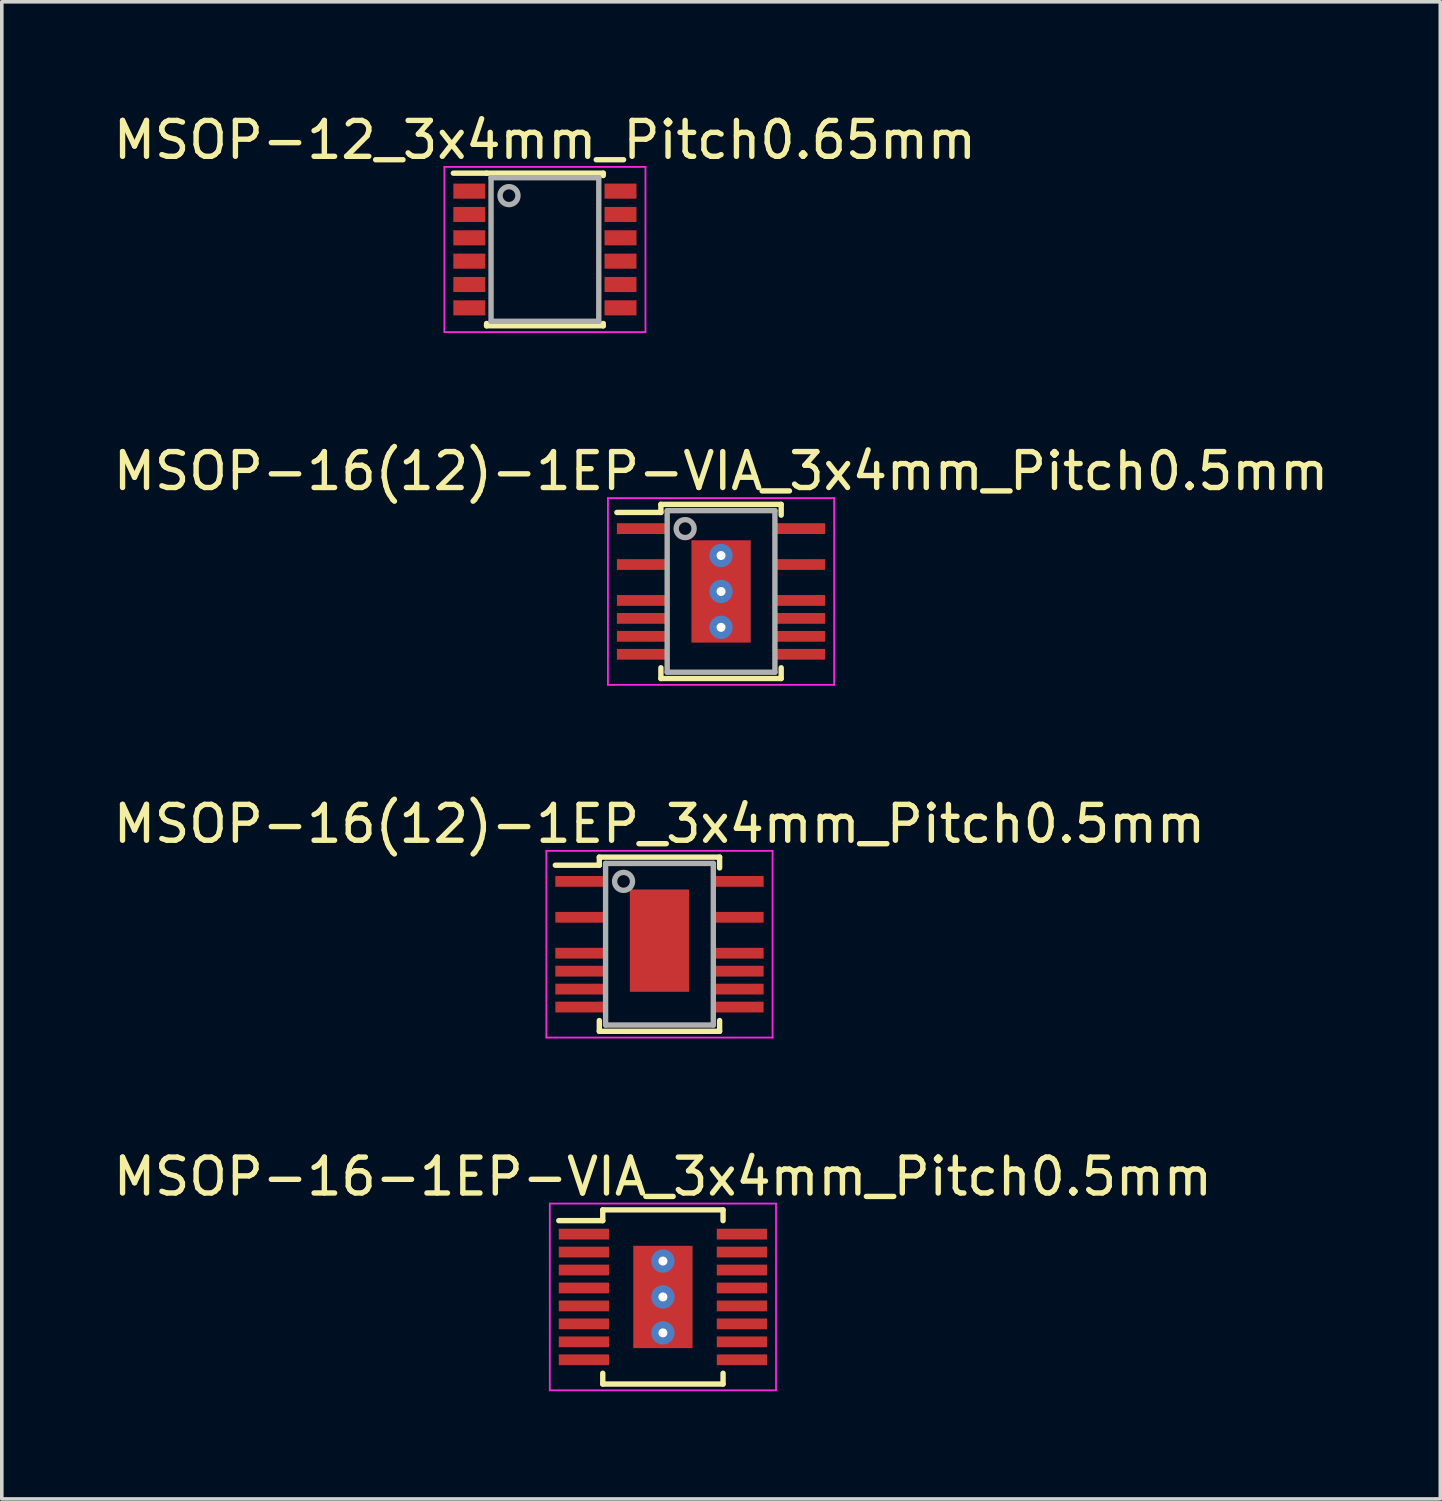
<source format=kicad_pcb>
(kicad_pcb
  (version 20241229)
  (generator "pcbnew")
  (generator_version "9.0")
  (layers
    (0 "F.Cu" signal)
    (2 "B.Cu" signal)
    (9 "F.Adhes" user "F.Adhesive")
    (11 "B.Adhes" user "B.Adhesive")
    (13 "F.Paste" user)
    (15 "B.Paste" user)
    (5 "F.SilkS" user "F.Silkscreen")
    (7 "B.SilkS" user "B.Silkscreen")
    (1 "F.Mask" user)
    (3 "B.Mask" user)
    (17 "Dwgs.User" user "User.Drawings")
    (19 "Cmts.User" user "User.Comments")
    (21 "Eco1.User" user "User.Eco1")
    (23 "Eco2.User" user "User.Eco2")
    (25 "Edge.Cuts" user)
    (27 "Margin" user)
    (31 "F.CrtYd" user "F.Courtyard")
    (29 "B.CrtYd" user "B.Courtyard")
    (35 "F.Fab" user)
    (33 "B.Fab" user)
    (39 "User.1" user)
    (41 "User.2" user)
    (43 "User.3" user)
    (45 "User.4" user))
  (footprint "MSOP-12_3x4mm_Pitch0.65mm"
    (layer "F.Cu")
    (at 12.125 3.898)
    (property "Reference" "MSOP-12_3x4mm_Pitch0.65mm" (at 0 -3.05 0) (layer "F.SilkS") (effects (font (size 1 1) (thickness 0.15))))
    (attr smd)
    (fp_line (start -1.625 -2.125) (end -2.55 -2.125) (stroke (width 0.15) (type solid)) (layer "F.SilkS"))
    (fp_line (start -1.625 -2.125) (end 1.625 -2.125) (stroke (width 0.15) (type solid)) (layer "F.SilkS"))
    (fp_line (start -1.625 2.125) (end -1.625 2.06) (stroke (width 0.15) (type solid)) (layer "F.SilkS"))
    (fp_line (start -1.625 2.125) (end 1.625 2.125) (stroke (width 0.15) (type solid)) (layer "F.SilkS"))
    (fp_line (start 1.625 -2.125) (end 1.625 -2.06) (stroke (width 0.15) (type solid)) (layer "F.SilkS"))
    (fp_line (start 1.625 2.125) (end 1.625 2.06) (stroke (width 0.15) (type solid)) (layer "F.SilkS"))
    (fp_line (start -2.8 -2.3) (end -2.8 2.3) (stroke (width 0.05) (type solid)) (layer "F.CrtYd"))
    (fp_line (start -2.8 -2.3) (end 2.8 -2.3) (stroke (width 0.05) (type solid)) (layer "F.CrtYd"))
    (fp_line (start -2.8 2.3) (end 2.8 2.3) (stroke (width 0.05) (type solid)) (layer "F.CrtYd"))
    (fp_line (start 2.8 -2.3) (end 2.8 2.3) (stroke (width 0.05) (type solid)) (layer "F.CrtYd"))
    (fp_line (start -1.5 -2) (end 1.5 -2) (stroke (width 0.15) (type solid)) (layer "F.Fab"))
    (fp_line (start -1.5 2) (end -1.5 -2) (stroke (width 0.15) (type solid)) (layer "F.Fab"))
    (fp_line (start 1.5 -2) (end 1.5 2) (stroke (width 0.15) (type solid)) (layer "F.Fab"))
    (fp_line (start 1.5 2) (end -1.5 2) (stroke (width 0.15) (type solid)) (layer "F.Fab"))
    (fp_circle (center -1 -1.5) (end -1.25 -1.5) (stroke (width 0.15) (type solid)) (fill no) (layer "F.Fab"))
    (pad "1" smd rect (at -2.105 -1.625) (size 0.89 0.42) (layers "F.Cu" "F.Mask" "F.Paste"))
    (pad "2" smd rect (at -2.105 -0.975) (size 0.89 0.42) (layers "F.Cu" "F.Mask" "F.Paste"))
    (pad "3" smd rect (at -2.105 -0.325) (size 0.89 0.42) (layers "F.Cu" "F.Mask" "F.Paste"))
    (pad "4" smd rect (at -2.105 0.325) (size 0.89 0.42) (layers "F.Cu" "F.Mask" "F.Paste"))
    (pad "5" smd rect (at -2.105 0.975) (size 0.89 0.42) (layers "F.Cu" "F.Mask" "F.Paste"))
    (pad "6" smd rect (at -2.105 1.625) (size 0.89 0.42) (layers "F.Cu" "F.Mask" "F.Paste"))
    (pad "7" smd rect (at 2.105 1.625) (size 0.89 0.42) (layers "F.Cu" "F.Mask" "F.Paste"))
    (pad "8" smd rect (at 2.105 0.975) (size 0.89 0.42) (layers "F.Cu" "F.Mask" "F.Paste"))
    (pad "9" smd rect (at 2.105 0.325) (size 0.89 0.42) (layers "F.Cu" "F.Mask" "F.Paste"))
    (pad "10" smd rect (at 2.105 -0.325) (size 0.89 0.42) (layers "F.Cu" "F.Mask" "F.Paste"))
    (pad "11" smd rect (at 2.105 -0.975) (size 0.89 0.42) (layers "F.Cu" "F.Mask" "F.Paste"))
    (pad "12" smd rect (at 2.105 -1.625) (size 0.89 0.42) (layers "F.Cu" "F.Mask" "F.Paste")))
  (footprint "MSOP-16-1EP-VIA_3x4mm_Pitch0.5mm"
    (layer "F.Cu")
    (at 15.411 33.068)
    (property "Reference" "MSOP-16-1EP-VIA_3x4mm_Pitch0.5mm" (at 0 -3.35 0) (layer "F.SilkS") (effects (font (size 1 1) (thickness 0.15))))
    (attr smd)
    (fp_line (start -1.675 -2.425) (end -1.675 -2.125) (stroke (width 0.15) (type solid)) (layer "F.SilkS"))
    (fp_line (start -1.675 -2.425) (end 1.675 -2.425) (stroke (width 0.15) (type solid)) (layer "F.SilkS"))
    (fp_line (start -1.675 -2.125) (end -2.9 -2.125) (stroke (width 0.15) (type solid)) (layer "F.SilkS"))
    (fp_line (start -1.675 2.425) (end -1.675 2.125) (stroke (width 0.15) (type solid)) (layer "F.SilkS"))
    (fp_line (start -1.675 2.425) (end 1.675 2.425) (stroke (width 0.15) (type solid)) (layer "F.SilkS"))
    (fp_line (start 1.675 -2.425) (end 1.675 -2.125) (stroke (width 0.15) (type solid)) (layer "F.SilkS"))
    (fp_line (start 1.675 2.425) (end 1.675 2.125) (stroke (width 0.15) (type solid)) (layer "F.SilkS"))
    (fp_line (start -3.15 -2.6) (end -3.15 2.6) (stroke (width 0.05) (type solid)) (layer "F.CrtYd"))
    (fp_line (start -3.15 -2.6) (end 3.15 -2.6) (stroke (width 0.05) (type solid)) (layer "F.CrtYd"))
    (fp_line (start -3.15 2.6) (end 3.15 2.6) (stroke (width 0.05) (type solid)) (layer "F.CrtYd"))
    (fp_line (start 3.15 -2.6) (end 3.15 2.6) (stroke (width 0.05) (type solid)) (layer "F.CrtYd"))
    (pad "1" smd rect (at -2.2 -1.75) (size 1.4 0.3) (layers "F.Cu" "F.Mask" "F.Paste"))
    (pad "2" smd rect (at -2.2 -1.25) (size 1.4 0.3) (layers "F.Cu" "F.Mask" "F.Paste"))
    (pad "3" smd rect (at -2.2 -0.75) (size 1.4 0.3) (layers "F.Cu" "F.Mask" "F.Paste"))
    (pad "4" smd rect (at -2.2 -0.25) (size 1.4 0.3) (layers "F.Cu" "F.Mask" "F.Paste"))
    (pad "5" smd rect (at -2.2 0.25) (size 1.4 0.3) (layers "F.Cu" "F.Mask" "F.Paste"))
    (pad "6" smd rect (at -2.2 0.75) (size 1.4 0.3) (layers "F.Cu" "F.Mask" "F.Paste"))
    (pad "7" smd rect (at -2.2 1.25) (size 1.4 0.3) (layers "F.Cu" "F.Mask" "F.Paste"))
    (pad "8" smd rect (at -2.2 1.75) (size 1.4 0.3) (layers "F.Cu" "F.Mask" "F.Paste"))
    (pad "9" smd rect (at 2.2 1.75) (size 1.4 0.3) (layers "F.Cu" "F.Mask" "F.Paste"))
    (pad "10" smd rect (at 2.2 1.25) (size 1.4 0.3) (layers "F.Cu" "F.Mask" "F.Paste"))
    (pad "11" smd rect (at 2.2 0.75) (size 1.4 0.3) (layers "F.Cu" "F.Mask" "F.Paste"))
    (pad "12" smd rect (at 2.2 0.25) (size 1.4 0.3) (layers "F.Cu" "F.Mask" "F.Paste"))
    (pad "13" smd rect (at 2.2 -0.25) (size 1.4 0.3) (layers "F.Cu" "F.Mask" "F.Paste"))
    (pad "14" smd rect (at 2.2 -0.75) (size 1.4 0.3) (layers "F.Cu" "F.Mask" "F.Paste"))
    (pad "15" smd rect (at 2.2 -1.25) (size 1.4 0.3) (layers "F.Cu" "F.Mask" "F.Paste"))
    (pad "16" smd rect (at 2.2 -1.75) (size 1.4 0.3) (layers "F.Cu" "F.Mask" "F.Paste"))
    (pad "17" thru_hole circle (at 0 -1) (size 0.65 0.65) (drill 0.25) (layers "*.Cu" "*.Paste" "*.Mask"))
    (pad "17" thru_hole circle (at 0 0) (size 0.65 0.65) (drill 0.25) (layers "*.Cu" "*.Paste" "*.Mask"))
    (pad "17" smd rect (at 0 0) (size 1.65 2.85) (layers "F.Cu" "F.Mask" "F.Paste"))
    (pad "17" thru_hole circle (at 0 1) (size 0.65 0.65) (drill 0.25) (layers "*.Cu" "*.Paste" "*.Mask")))
  (footprint "MSOP-16(12)-1EP-VIA_3x4mm_Pitch0.5mm"
    (layer "F.Cu")
    (at 17.03 13.421)
    (property "Reference" "MSOP-16(12)-1EP-VIA_3x4mm_Pitch0.5mm" (at 0 -3.35 0) (layer "F.SilkS") (effects (font (size 1 1) (thickness 0.15))))
    (attr smd)
    (fp_line (start -1.675 -2.425) (end -1.675 -2.2) (stroke (width 0.15) (type solid)) (layer "F.SilkS"))
    (fp_line (start -1.675 -2.425) (end 1.675 -2.425) (stroke (width 0.15) (type solid)) (layer "F.SilkS"))
    (fp_line (start -1.675 -2.2) (end -2.9 -2.2) (stroke (width 0.15) (type solid)) (layer "F.SilkS"))
    (fp_line (start -1.675 2.425) (end -1.675 2.125) (stroke (width 0.15) (type solid)) (layer "F.SilkS"))
    (fp_line (start -1.675 2.425) (end 1.675 2.425) (stroke (width 0.15) (type solid)) (layer "F.SilkS"))
    (fp_line (start 1.675 -2.425) (end 1.675 -2.125) (stroke (width 0.15) (type solid)) (layer "F.SilkS"))
    (fp_line (start 1.675 2.425) (end 1.675 2.125) (stroke (width 0.15) (type solid)) (layer "F.SilkS"))
    (fp_line (start -3.15 -2.6) (end -3.15 2.6) (stroke (width 0.05) (type solid)) (layer "F.CrtYd"))
    (fp_line (start -3.15 -2.6) (end 3.15 -2.6) (stroke (width 0.05) (type solid)) (layer "F.CrtYd"))
    (fp_line (start -3.15 2.6) (end 3.15 2.6) (stroke (width 0.05) (type solid)) (layer "F.CrtYd"))
    (fp_line (start 3.15 -2.6) (end 3.15 2.6) (stroke (width 0.05) (type solid)) (layer "F.CrtYd"))
    (fp_line (start -1.5 -2.25) (end 1.5 -2.25) (stroke (width 0.15) (type solid)) (layer "F.Fab"))
    (fp_line (start -1.5 2.25) (end -1.5 -2.25) (stroke (width 0.15) (type solid)) (layer "F.Fab"))
    (fp_line (start 1.5 -2.25) (end 1.5 2.25) (stroke (width 0.15) (type solid)) (layer "F.Fab"))
    (fp_line (start 1.5 2.25) (end -1.5 2.25) (stroke (width 0.15) (type solid)) (layer "F.Fab"))
    (fp_circle (center -1 -1.75) (end -1.25 -1.75) (stroke (width 0.15) (type solid)) (fill no) (layer "F.Fab"))
    (pad "1" smd rect (at -2.2 -1.75) (size 1.4 0.3) (layers "F.Cu" "F.Mask" "F.Paste"))
    (pad "3" smd rect (at -2.2 -0.75) (size 1.4 0.3) (layers "F.Cu" "F.Mask" "F.Paste"))
    (pad "5" smd rect (at -2.2 0.25) (size 1.4 0.3) (layers "F.Cu" "F.Mask" "F.Paste"))
    (pad "6" smd rect (at -2.2 0.75) (size 1.4 0.3) (layers "F.Cu" "F.Mask" "F.Paste"))
    (pad "7" smd rect (at -2.2 1.25) (size 1.4 0.3) (layers "F.Cu" "F.Mask" "F.Paste"))
    (pad "8" smd rect (at -2.2 1.75) (size 1.4 0.3) (layers "F.Cu" "F.Mask" "F.Paste"))
    (pad "9" smd rect (at 2.2 1.75) (size 1.4 0.3) (layers "F.Cu" "F.Mask" "F.Paste"))
    (pad "10" smd rect (at 2.2 1.25) (size 1.4 0.3) (layers "F.Cu" "F.Mask" "F.Paste"))
    (pad "11" smd rect (at 2.2 0.75) (size 1.4 0.3) (layers "F.Cu" "F.Mask" "F.Paste"))
    (pad "12" smd rect (at 2.2 0.25) (size 1.4 0.3) (layers "F.Cu" "F.Mask" "F.Paste"))
    (pad "14" smd rect (at 2.2 -0.75) (size 1.4 0.3) (layers "F.Cu" "F.Mask" "F.Paste"))
    (pad "16" smd rect (at 2.2 -1.75) (size 1.4 0.3) (layers "F.Cu" "F.Mask" "F.Paste"))
    (pad "17" thru_hole circle (at 0 -1) (size 0.65 0.65) (drill 0.25) (layers "*.Cu" "*.Paste" "*.Mask"))
    (pad "17" thru_hole circle (at 0 0) (size 0.65 0.65) (drill 0.25) (layers "*.Cu" "*.Paste" "*.Mask"))
    (pad "17" smd rect (at 0 0) (size 1.65 2.85) (layers "F.Cu" "F.Mask" "F.Paste"))
    (pad "17" thru_hole circle (at 0 1) (size 0.65 0.65) (drill 0.25) (layers "*.Cu" "*.Paste" "*.Mask")))
  (footprint "MSOP-16(12)-1EP_3x4mm_Pitch0.5mm"
    (layer "F.Cu")
    (at 15.315 23.245)
    (property "Reference" "MSOP-16(12)-1EP_3x4mm_Pitch0.5mm" (at 0 -3.35 0) (layer "F.SilkS") (effects (font (size 1 1) (thickness 0.15))))
    (attr smd)
    (fp_line (start -1.675 -2.425) (end -1.675 -2.2) (stroke (width 0.15) (type solid)) (layer "F.SilkS"))
    (fp_line (start -1.675 -2.425) (end 1.675 -2.425) (stroke (width 0.15) (type solid)) (layer "F.SilkS"))
    (fp_line (start -1.675 -2.2) (end -2.9 -2.2) (stroke (width 0.15) (type solid)) (layer "F.SilkS"))
    (fp_line (start -1.675 2.425) (end -1.675 2.125) (stroke (width 0.15) (type solid)) (layer "F.SilkS"))
    (fp_line (start -1.675 2.425) (end 1.675 2.425) (stroke (width 0.15) (type solid)) (layer "F.SilkS"))
    (fp_line (start 1.675 -2.425) (end 1.675 -2.125) (stroke (width 0.15) (type solid)) (layer "F.SilkS"))
    (fp_line (start 1.675 2.425) (end 1.675 2.125) (stroke (width 0.15) (type solid)) (layer "F.SilkS"))
    (fp_line (start -3.15 -2.6) (end -3.15 2.6) (stroke (width 0.05) (type solid)) (layer "F.CrtYd"))
    (fp_line (start -3.15 -2.6) (end 3.15 -2.6) (stroke (width 0.05) (type solid)) (layer "F.CrtYd"))
    (fp_line (start -3.15 2.6) (end 3.15 2.6) (stroke (width 0.05) (type solid)) (layer "F.CrtYd"))
    (fp_line (start 3.15 -2.6) (end 3.15 2.6) (stroke (width 0.05) (type solid)) (layer "F.CrtYd"))
    (fp_line (start -1.5 -2.25) (end 1.5 -2.25) (stroke (width 0.15) (type solid)) (layer "F.Fab"))
    (fp_line (start -1.5 2.25) (end -1.5 -2.25) (stroke (width 0.15) (type solid)) (layer "F.Fab"))
    (fp_line (start 1.5 -2.25) (end 1.5 2.25) (stroke (width 0.15) (type solid)) (layer "F.Fab"))
    (fp_line (start 1.5 2.25) (end -1.5 2.25) (stroke (width 0.15) (type solid)) (layer "F.Fab"))
    (fp_circle (center -1 -1.75) (end -1.25 -1.75) (stroke (width 0.15) (type solid)) (fill no) (layer "F.Fab"))
    (pad "1" smd rect (at -2.2 -1.75) (size 1.4 0.3) (layers "F.Cu" "F.Mask" "F.Paste"))
    (pad "3" smd rect (at -2.2 -0.75) (size 1.4 0.3) (layers "F.Cu" "F.Mask" "F.Paste"))
    (pad "5" smd rect (at -2.2 0.25) (size 1.4 0.3) (layers "F.Cu" "F.Mask" "F.Paste"))
    (pad "6" smd rect (at -2.2 0.75) (size 1.4 0.3) (layers "F.Cu" "F.Mask" "F.Paste"))
    (pad "7" smd rect (at -2.2 1.25) (size 1.4 0.3) (layers "F.Cu" "F.Mask" "F.Paste"))
    (pad "8" smd rect (at -2.2 1.75) (size 1.4 0.3) (layers "F.Cu" "F.Mask" "F.Paste"))
    (pad "9" smd rect (at 2.2 1.75) (size 1.4 0.3) (layers "F.Cu" "F.Mask" "F.Paste"))
    (pad "10" smd rect (at 2.2 1.25) (size 1.4 0.3) (layers "F.Cu" "F.Mask" "F.Paste"))
    (pad "11" smd rect (at 2.2 0.75) (size 1.4 0.3) (layers "F.Cu" "F.Mask" "F.Paste"))
    (pad "12" smd rect (at 2.2 0.25) (size 1.4 0.3) (layers "F.Cu" "F.Mask" "F.Paste"))
    (pad "14" smd rect (at 2.2 -0.75) (size 1.4 0.3) (layers "F.Cu" "F.Mask" "F.Paste"))
    (pad "16" smd rect (at 2.2 -1.75) (size 1.4 0.3) (layers "F.Cu" "F.Mask" "F.Paste"))
    (pad "17" smd rect (at 0 -0.1) (size 1.65 2.85) (layers "F.Cu" "F.Mask" "F.Paste")))
  (gr_rect
    (start -3 -3)
    (end 37.06 38.693)
    (stroke (width 0.1) (type default))
    (fill no)
    (layer "Edge.Cuts")))
</source>
